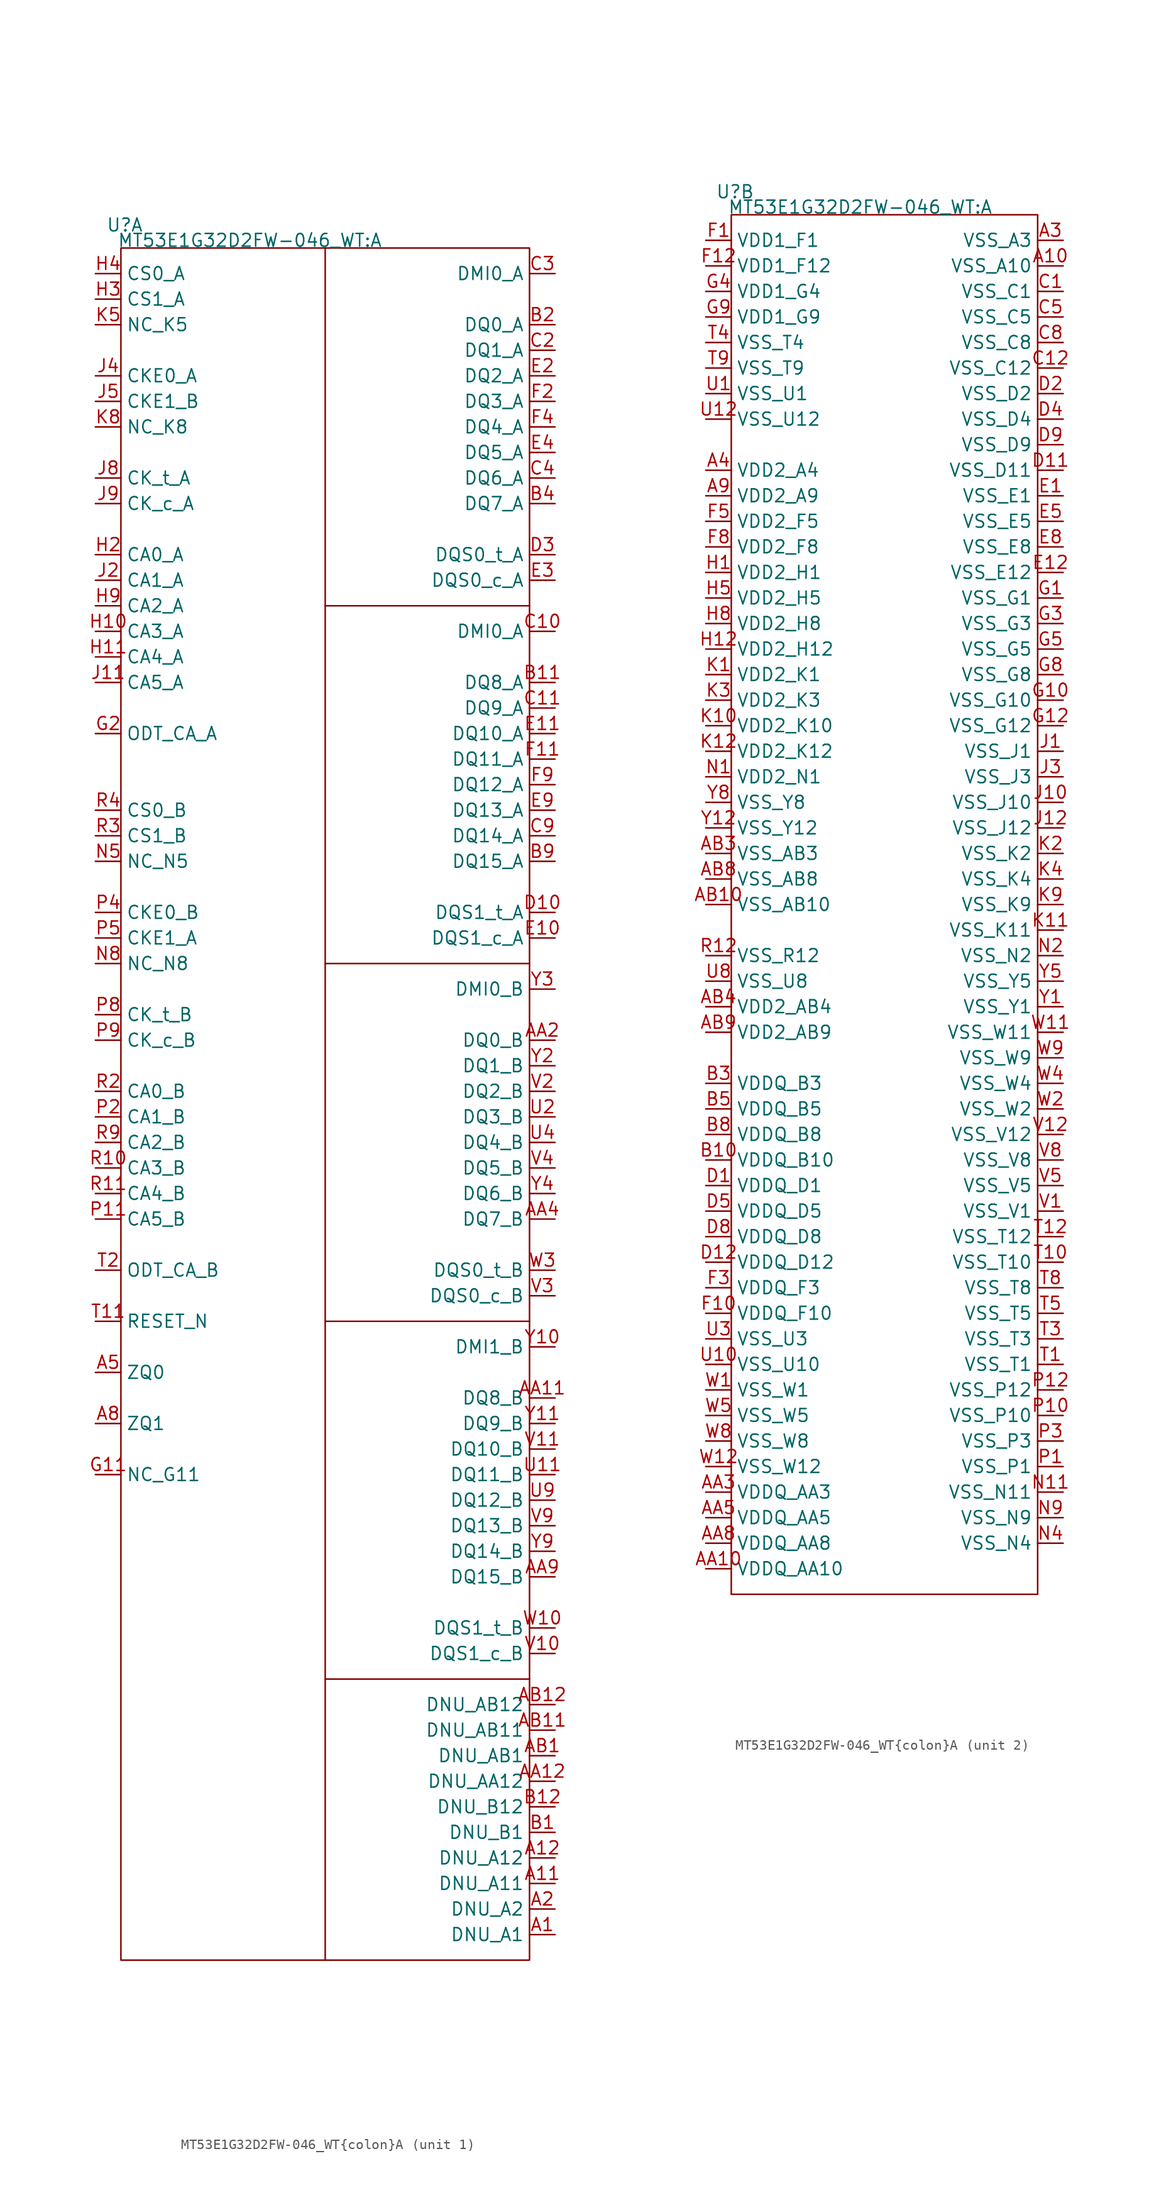
<source format=kicad_sym>
(kicad_symbol_lib
  (version 20230620)
  (generator kicad_symbol_editor)
  (symbol "MT53E1G32D2FW-046_WT{colon}A"
    (property "Reference" "U"
      (at 0.381 2.286 0)
      (effects (font (size 1.27 1.27))))
    (property "Value" "MT53E1G32D2FW-046_WT:A"
      (at 12.827 0.762 0)
      (effects (font (size 1.27 1.27))))
    (property "ki_locked" ""
      (at 0 0 0)
      (effects (font (size 1.27 1.27))))
    (symbol "MT53E1G32D2FW-046_WT{colon}A_1_1"
      (polyline (pts (xy 20.32 0) (xy 20.32 -170.18)) (stroke (width 0) (type default)) (fill (type none)))
      (polyline (pts (xy 40.64 -142.24) (xy 20.32 -142.24)) (stroke (width 0) (type default)) (fill (type none)))
      (polyline (pts (xy 40.64 -106.68) (xy 20.32 -106.68)) (stroke (width 0) (type default)) (fill (type none)))
      (polyline (pts (xy 40.64 -71.12) (xy 20.32 -71.12)) (stroke (width 0) (type default)) (fill (type none)))
      (polyline (pts (xy 40.64 -35.56) (xy 20.32 -35.56)) (stroke (width 0) (type default)) (fill (type none)))
      (rectangle (start 0 0) (end 40.64 -170.18) (stroke (width 0) (type default)) (fill (type none)))
      (pin input line (at 43.18 -167.64 180) (length 2.54) (name "DNU_A1" (effects (font (size 1.27 1.27)))) (number "A1" (effects (font (size 1.27 1.27)))))
      (pin input line (at 43.18 -162.56 180) (length 2.54) (name "DNU_A11" (effects (font (size 1.27 1.27)))) (number "A11" (effects (font (size 1.27 1.27)))))
      (pin input line (at 43.18 -160.02 180) (length 2.54) (name "DNU_A12" (effects (font (size 1.27 1.27)))) (number "A12" (effects (font (size 1.27 1.27)))))
      (pin input line (at 43.18 -165.1 180) (length 2.54) (name "DNU_A2" (effects (font (size 1.27 1.27)))) (number "A2" (effects (font (size 1.27 1.27)))))
      (pin input line (at -2.54 -111.76 0) (length 2.54) (name "ZQ0" (effects (font (size 1.27 1.27)))) (number "A5" (effects (font (size 1.27 1.27)))))
      (pin input line (at -2.54 -116.84 0) (length 2.54) (name "ZQ1" (effects (font (size 1.27 1.27)))) (number "A8" (effects (font (size 1.27 1.27)))))
      (pin input line (at 43.18 -114.3 180) (length 2.54) (name "DQ8_B" (effects (font (size 1.27 1.27)))) (number "AA11" (effects (font (size 1.27 1.27)))))
      (pin input line (at 43.18 -152.4 180) (length 2.54) (name "DNU_AA12" (effects (font (size 1.27 1.27)))) (number "AA12" (effects (font (size 1.27 1.27)))))
      (pin input line (at 43.18 -78.74 180) (length 2.54) (name "DQ0_B" (effects (font (size 1.27 1.27)))) (number "AA2" (effects (font (size 1.27 1.27)))))
      (pin input line (at 43.18 -96.52 180) (length 2.54) (name "DQ7_B" (effects (font (size 1.27 1.27)))) (number "AA4" (effects (font (size 1.27 1.27)))))
      (pin input line (at 43.18 -132.08 180) (length 2.54) (name "DQ15_B" (effects (font (size 1.27 1.27)))) (number "AA9" (effects (font (size 1.27 1.27)))))
      (pin input line (at 43.18 -149.86 180) (length 2.54) (name "DNU_AB1" (effects (font (size 1.27 1.27)))) (number "AB1" (effects (font (size 1.27 1.27)))))
      (pin input line (at 43.18 -147.32 180) (length 2.54) (name "DNU_AB11" (effects (font (size 1.27 1.27)))) (number "AB11" (effects (font (size 1.27 1.27)))))
      (pin input line (at 43.18 -144.78 180) (length 2.54) (name "DNU_AB12" (effects (font (size 1.27 1.27)))) (number "AB12" (effects (font (size 1.27 1.27)))))
      (pin input line (at 43.18 -157.48 180) (length 2.54) (name "DNU_B1" (effects (font (size 1.27 1.27)))) (number "B1" (effects (font (size 1.27 1.27)))))
      (pin input line (at 43.18 -43.18 180) (length 2.54) (name "DQ8_A" (effects (font (size 1.27 1.27)))) (number "B11" (effects (font (size 1.27 1.27)))))
      (pin input line (at 43.18 -154.94 180) (length 2.54) (name "DNU_B12" (effects (font (size 1.27 1.27)))) (number "B12" (effects (font (size 1.27 1.27)))))
      (pin input line (at 43.18 -7.62 180) (length 2.54) (name "DQ0_A" (effects (font (size 1.27 1.27)))) (number "B2" (effects (font (size 1.27 1.27)))))
      (pin input line (at 43.18 -25.4 180) (length 2.54) (name "DQ7_A" (effects (font (size 1.27 1.27)))) (number "B4" (effects (font (size 1.27 1.27)))))
      (pin input line (at 43.18 -60.96 180) (length 2.54) (name "DQ15_A" (effects (font (size 1.27 1.27)))) (number "B9" (effects (font (size 1.27 1.27)))))
      (pin input line (at 43.18 -38.1 180) (length 2.54) (name "DMI0_A" (effects (font (size 1.27 1.27)))) (number "C10" (effects (font (size 1.27 1.27)))))
      (pin input line (at 43.18 -45.72 180) (length 2.54) (name "DQ9_A" (effects (font (size 1.27 1.27)))) (number "C11" (effects (font (size 1.27 1.27)))))
      (pin input line (at 43.18 -10.16 180) (length 2.54) (name "DQ1_A" (effects (font (size 1.27 1.27)))) (number "C2" (effects (font (size 1.27 1.27)))))
      (pin input line (at 43.18 -2.54 180) (length 2.54) (name "DMI0_A" (effects (font (size 1.27 1.27)))) (number "C3" (effects (font (size 1.27 1.27)))))
      (pin input line (at 43.18 -22.86 180) (length 2.54) (name "DQ6_A" (effects (font (size 1.27 1.27)))) (number "C4" (effects (font (size 1.27 1.27)))))
      (pin input line (at 43.18 -58.42 180) (length 2.54) (name "DQ14_A" (effects (font (size 1.27 1.27)))) (number "C9" (effects (font (size 1.27 1.27)))))
      (pin input line (at 43.18 -66.04 180) (length 2.54) (name "DQS1_t_A" (effects (font (size 1.27 1.27)))) (number "D10" (effects (font (size 1.27 1.27)))))
      (pin input line (at 43.18 -30.48 180) (length 2.54) (name "DQS0_t_A" (effects (font (size 1.27 1.27)))) (number "D3" (effects (font (size 1.27 1.27)))))
      (pin input line (at 43.18 -68.58 180) (length 2.54) (name "DQS1_c_A" (effects (font (size 1.27 1.27)))) (number "E10" (effects (font (size 1.27 1.27)))))
      (pin input line (at 43.18 -48.26 180) (length 2.54) (name "DQ10_A" (effects (font (size 1.27 1.27)))) (number "E11" (effects (font (size 1.27 1.27)))))
      (pin input line (at 43.18 -12.7 180) (length 2.54) (name "DQ2_A" (effects (font (size 1.27 1.27)))) (number "E2" (effects (font (size 1.27 1.27)))))
      (pin input line (at 43.18 -33.02 180) (length 2.54) (name "DQS0_c_A" (effects (font (size 1.27 1.27)))) (number "E3" (effects (font (size 1.27 1.27)))))
      (pin input line (at 43.18 -20.32 180) (length 2.54) (name "DQ5_A" (effects (font (size 1.27 1.27)))) (number "E4" (effects (font (size 1.27 1.27)))))
      (pin input line (at 43.18 -55.88 180) (length 2.54) (name "DQ13_A" (effects (font (size 1.27 1.27)))) (number "E9" (effects (font (size 1.27 1.27)))))
      (pin input line (at 43.18 -50.8 180) (length 2.54) (name "DQ11_A" (effects (font (size 1.27 1.27)))) (number "F11" (effects (font (size 1.27 1.27)))))
      (pin input line (at 43.18 -15.24 180) (length 2.54) (name "DQ3_A" (effects (font (size 1.27 1.27)))) (number "F2" (effects (font (size 1.27 1.27)))))
      (pin input line (at 43.18 -17.78 180) (length 2.54) (name "DQ4_A" (effects (font (size 1.27 1.27)))) (number "F4" (effects (font (size 1.27 1.27)))))
      (pin input line (at 43.18 -53.34 180) (length 2.54) (name "DQ12_A" (effects (font (size 1.27 1.27)))) (number "F9" (effects (font (size 1.27 1.27)))))
      (pin input line (at -2.54 -121.92 0) (length 2.54) (name "NC_G11" (effects (font (size 1.27 1.27)))) (number "G11" (effects (font (size 1.27 1.27)))))
      (pin input line (at -2.54 -48.26 0) (length 2.54) (name "ODT_CA_A" (effects (font (size 1.27 1.27)))) (number "G2" (effects (font (size 1.27 1.27)))))
      (pin input line (at -2.54 -38.1 0) (length 2.54) (name "CA3_A" (effects (font (size 1.27 1.27)))) (number "H10" (effects (font (size 1.27 1.27)))))
      (pin input line (at -2.54 -40.64 0) (length 2.54) (name "CA4_A" (effects (font (size 1.27 1.27)))) (number "H11" (effects (font (size 1.27 1.27)))))
      (pin input line (at -2.54 -30.48 0) (length 2.54) (name "CA0_A" (effects (font (size 1.27 1.27)))) (number "H2" (effects (font (size 1.27 1.27)))))
      (pin input line (at -2.54 -5.08 0) (length 2.54) (name "CS1_A" (effects (font (size 1.27 1.27)))) (number "H3" (effects (font (size 1.27 1.27)))))
      (pin input line (at -2.54 -2.54 0) (length 2.54) (name "CS0_A" (effects (font (size 1.27 1.27)))) (number "H4" (effects (font (size 1.27 1.27)))))
      (pin input line (at -2.54 -35.56 0) (length 2.54) (name "CA2_A" (effects (font (size 1.27 1.27)))) (number "H9" (effects (font (size 1.27 1.27)))))
      (pin input line (at -2.54 -43.18 0) (length 2.54) (name "CA5_A" (effects (font (size 1.27 1.27)))) (number "J11" (effects (font (size 1.27 1.27)))))
      (pin input line (at -2.54 -33.02 0) (length 2.54) (name "CA1_A" (effects (font (size 1.27 1.27)))) (number "J2" (effects (font (size 1.27 1.27)))))
      (pin input line (at -2.54 -12.7 0) (length 2.54) (name "CKE0_A" (effects (font (size 1.27 1.27)))) (number "J4" (effects (font (size 1.27 1.27)))))
      (pin input line (at -2.54 -15.24 0) (length 2.54) (name "CKE1_B" (effects (font (size 1.27 1.27)))) (number "J5" (effects (font (size 1.27 1.27)))))
      (pin input line (at -2.54 -22.86 0) (length 2.54) (name "CK_t_A" (effects (font (size 1.27 1.27)))) (number "J8" (effects (font (size 1.27 1.27)))))
      (pin input line (at -2.54 -25.4 0) (length 2.54) (name "CK_c_A" (effects (font (size 1.27 1.27)))) (number "J9" (effects (font (size 1.27 1.27)))))
      (pin input line (at -2.54 -7.62 0) (length 2.54) (name "NC_K5" (effects (font (size 1.27 1.27)))) (number "K5" (effects (font (size 1.27 1.27)))))
      (pin input line (at -2.54 -17.78 0) (length 2.54) (name "NC_K8" (effects (font (size 1.27 1.27)))) (number "K8" (effects (font (size 1.27 1.27)))))
      (pin input line (at -2.54 -60.96 0) (length 2.54) (name "NC_N5" (effects (font (size 1.27 1.27)))) (number "N5" (effects (font (size 1.27 1.27)))))
      (pin input line (at -2.54 -71.12 0) (length 2.54) (name "NC_N8" (effects (font (size 1.27 1.27)))) (number "N8" (effects (font (size 1.27 1.27)))))
      (pin input line (at -2.54 -96.52 0) (length 2.54) (name "CA5_B" (effects (font (size 1.27 1.27)))) (number "P11" (effects (font (size 1.27 1.27)))))
      (pin input line (at -2.54 -86.36 0) (length 2.54) (name "CA1_B" (effects (font (size 1.27 1.27)))) (number "P2" (effects (font (size 1.27 1.27)))))
      (pin input line (at -2.54 -66.04 0) (length 2.54) (name "CKE0_B" (effects (font (size 1.27 1.27)))) (number "P4" (effects (font (size 1.27 1.27)))))
      (pin input line (at -2.54 -68.58 0) (length 2.54) (name "CKE1_A" (effects (font (size 1.27 1.27)))) (number "P5" (effects (font (size 1.27 1.27)))))
      (pin input line (at -2.54 -76.2 0) (length 2.54) (name "CK_t_B" (effects (font (size 1.27 1.27)))) (number "P8" (effects (font (size 1.27 1.27)))))
      (pin input line (at -2.54 -78.74 0) (length 2.54) (name "CK_c_B" (effects (font (size 1.27 1.27)))) (number "P9" (effects (font (size 1.27 1.27)))))
      (pin input line (at -2.54 -91.44 0) (length 2.54) (name "CA3_B" (effects (font (size 1.27 1.27)))) (number "R10" (effects (font (size 1.27 1.27)))))
      (pin input line (at -2.54 -93.98 0) (length 2.54) (name "CA4_B" (effects (font (size 1.27 1.27)))) (number "R11" (effects (font (size 1.27 1.27)))))
      (pin input line (at -2.54 -83.82 0) (length 2.54) (name "CA0_B" (effects (font (size 1.27 1.27)))) (number "R2" (effects (font (size 1.27 1.27)))))
      (pin input line (at -2.54 -58.42 0) (length 2.54) (name "CS1_B" (effects (font (size 1.27 1.27)))) (number "R3" (effects (font (size 1.27 1.27)))))
      (pin input line (at -2.54 -55.88 0) (length 2.54) (name "CS0_B" (effects (font (size 1.27 1.27)))) (number "R4" (effects (font (size 1.27 1.27)))))
      (pin input line (at -2.54 -88.9 0) (length 2.54) (name "CA2_B" (effects (font (size 1.27 1.27)))) (number "R9" (effects (font (size 1.27 1.27)))))
      (pin input line (at -2.54 -106.68 0) (length 2.54) (name "RESET_N" (effects (font (size 1.27 1.27)))) (number "T11" (effects (font (size 1.27 1.27)))))
      (pin input line (at -2.54 -101.6 0) (length 2.54) (name "ODT_CA_B" (effects (font (size 1.27 1.27)))) (number "T2" (effects (font (size 1.27 1.27)))))
      (pin input line (at 43.18 -121.92 180) (length 2.54) (name "DQ11_B" (effects (font (size 1.27 1.27)))) (number "U11" (effects (font (size 1.27 1.27)))))
      (pin input line (at 43.18 -86.36 180) (length 2.54) (name "DQ3_B" (effects (font (size 1.27 1.27)))) (number "U2" (effects (font (size 1.27 1.27)))))
      (pin input line (at 43.18 -88.9 180) (length 2.54) (name "DQ4_B" (effects (font (size 1.27 1.27)))) (number "U4" (effects (font (size 1.27 1.27)))))
      (pin input line (at 43.18 -124.46 180) (length 2.54) (name "DQ12_B" (effects (font (size 1.27 1.27)))) (number "U9" (effects (font (size 1.27 1.27)))))
      (pin input line (at 43.18 -139.7 180) (length 2.54) (name "DQS1_c_B" (effects (font (size 1.27 1.27)))) (number "V10" (effects (font (size 1.27 1.27)))))
      (pin input line (at 43.18 -119.38 180) (length 2.54) (name "DQ10_B" (effects (font (size 1.27 1.27)))) (number "V11" (effects (font (size 1.27 1.27)))))
      (pin input line (at 43.18 -83.82 180) (length 2.54) (name "DQ2_B" (effects (font (size 1.27 1.27)))) (number "V2" (effects (font (size 1.27 1.27)))))
      (pin input line (at 43.18 -104.14 180) (length 2.54) (name "DQS0_c_B" (effects (font (size 1.27 1.27)))) (number "V3" (effects (font (size 1.27 1.27)))))
      (pin input line (at 43.18 -91.44 180) (length 2.54) (name "DQ5_B" (effects (font (size 1.27 1.27)))) (number "V4" (effects (font (size 1.27 1.27)))))
      (pin input line (at 43.18 -127 180) (length 2.54) (name "DQ13_B" (effects (font (size 1.27 1.27)))) (number "V9" (effects (font (size 1.27 1.27)))))
      (pin input line (at 43.18 -137.16 180) (length 2.54) (name "DQS1_t_B" (effects (font (size 1.27 1.27)))) (number "W10" (effects (font (size 1.27 1.27)))))
      (pin input line (at 43.18 -101.6 180) (length 2.54) (name "DQS0_t_B" (effects (font (size 1.27 1.27)))) (number "W3" (effects (font (size 1.27 1.27)))))
      (pin input line (at 43.18 -109.22 180) (length 2.54) (name "DMI1_B" (effects (font (size 1.27 1.27)))) (number "Y10" (effects (font (size 1.27 1.27)))))
      (pin input line (at 43.18 -116.84 180) (length 2.54) (name "DQ9_B" (effects (font (size 1.27 1.27)))) (number "Y11" (effects (font (size 1.27 1.27)))))
      (pin input line (at 43.18 -81.28 180) (length 2.54) (name "DQ1_B" (effects (font (size 1.27 1.27)))) (number "Y2" (effects (font (size 1.27 1.27)))))
      (pin input line (at 43.18 -73.66 180) (length 2.54) (name "DMI0_B" (effects (font (size 1.27 1.27)))) (number "Y3" (effects (font (size 1.27 1.27)))))
      (pin input line (at 43.18 -93.98 180) (length 2.54) (name "DQ6_B" (effects (font (size 1.27 1.27)))) (number "Y4" (effects (font (size 1.27 1.27)))))
      (pin input line (at 43.18 -129.54 180) (length 2.54) (name "DQ14_B" (effects (font (size 1.27 1.27)))) (number "Y9" (effects (font (size 1.27 1.27))))))
    (symbol "MT53E1G32D2FW-046_WT{colon}A_2_1"
      (rectangle (start 0 0) (end 30.48 -137.16) (stroke (width 0) (type default)) (fill (type none)))
      (pin input line (at 33.02 -5.08 180) (length 2.54) (name "VSS_A10" (effects (font (size 1.27 1.27)))) (number "A10" (effects (font (size 1.27 1.27)))))
      (pin input line (at 33.02 -2.54 180) (length 2.54) (name "VSS_A3" (effects (font (size 1.27 1.27)))) (number "A3" (effects (font (size 1.27 1.27)))))
      (pin input line (at -2.54 -25.4 0) (length 2.54) (name "VDD2_A4" (effects (font (size 1.27 1.27)))) (number "A4" (effects (font (size 1.27 1.27)))))
      (pin input line (at -2.54 -27.94 0) (length 2.54) (name "VDD2_A9" (effects (font (size 1.27 1.27)))) (number "A9" (effects (font (size 1.27 1.27)))))
      (pin input line (at -2.54 -134.62 0) (length 2.54) (name "VDDQ_AA10" (effects (font (size 1.27 1.27)))) (number "AA10" (effects (font (size 1.27 1.27)))))
      (pin input line (at -2.54 -127 0) (length 2.54) (name "VDDQ_AA3" (effects (font (size 1.27 1.27)))) (number "AA3" (effects (font (size 1.27 1.27)))))
      (pin input line (at -2.54 -129.54 0) (length 2.54) (name "VDDQ_AA5" (effects (font (size 1.27 1.27)))) (number "AA5" (effects (font (size 1.27 1.27)))))
      (pin input line (at -2.54 -132.08 0) (length 2.54) (name "VDDQ_AA8" (effects (font (size 1.27 1.27)))) (number "AA8" (effects (font (size 1.27 1.27)))))
      (pin input line (at -2.54 -68.58 0) (length 2.54) (name "VSS_AB10" (effects (font (size 1.27 1.27)))) (number "AB10" (effects (font (size 1.27 1.27)))))
      (pin input line (at -2.54 -63.5 0) (length 2.54) (name "VSS_AB3" (effects (font (size 1.27 1.27)))) (number "AB3" (effects (font (size 1.27 1.27)))))
      (pin input line (at -2.54 -78.74 0) (length 2.54) (name "VDD2_AB4" (effects (font (size 1.27 1.27)))) (number "AB4" (effects (font (size 1.27 1.27)))))
      (pin input line (at -2.54 -66.04 0) (length 2.54) (name "VSS_AB8" (effects (font (size 1.27 1.27)))) (number "AB8" (effects (font (size 1.27 1.27)))))
      (pin input line (at -2.54 -81.28 0) (length 2.54) (name "VDD2_AB9" (effects (font (size 1.27 1.27)))) (number "AB9" (effects (font (size 1.27 1.27)))))
      (pin input line (at -2.54 -93.98 0) (length 2.54) (name "VDDQ_B10" (effects (font (size 1.27 1.27)))) (number "B10" (effects (font (size 1.27 1.27)))))
      (pin input line (at -2.54 -86.36 0) (length 2.54) (name "VDDQ_B3" (effects (font (size 1.27 1.27)))) (number "B3" (effects (font (size 1.27 1.27)))))
      (pin input line (at -2.54 -88.9 0) (length 2.54) (name "VDDQ_B5" (effects (font (size 1.27 1.27)))) (number "B5" (effects (font (size 1.27 1.27)))))
      (pin input line (at -2.54 -91.44 0) (length 2.54) (name "VDDQ_B8" (effects (font (size 1.27 1.27)))) (number "B8" (effects (font (size 1.27 1.27)))))
      (pin input line (at 33.02 -7.62 180) (length 2.54) (name "VSS_C1" (effects (font (size 1.27 1.27)))) (number "C1" (effects (font (size 1.27 1.27)))))
      (pin input line (at 33.02 -15.24 180) (length 2.54) (name "VSS_C12" (effects (font (size 1.27 1.27)))) (number "C12" (effects (font (size 1.27 1.27)))))
      (pin input line (at 33.02 -10.16 180) (length 2.54) (name "VSS_C5" (effects (font (size 1.27 1.27)))) (number "C5" (effects (font (size 1.27 1.27)))))
      (pin input line (at 33.02 -12.7 180) (length 2.54) (name "VSS_C8" (effects (font (size 1.27 1.27)))) (number "C8" (effects (font (size 1.27 1.27)))))
      (pin input line (at -2.54 -96.52 0) (length 2.54) (name "VDDQ_D1" (effects (font (size 1.27 1.27)))) (number "D1" (effects (font (size 1.27 1.27)))))
      (pin input line (at 33.02 -25.4 180) (length 2.54) (name "VSS_D11" (effects (font (size 1.27 1.27)))) (number "D11" (effects (font (size 1.27 1.27)))))
      (pin input line (at -2.54 -104.14 0) (length 2.54) (name "VDDQ_D12" (effects (font (size 1.27 1.27)))) (number "D12" (effects (font (size 1.27 1.27)))))
      (pin input line (at 33.02 -17.78 180) (length 2.54) (name "VSS_D2" (effects (font (size 1.27 1.27)))) (number "D2" (effects (font (size 1.27 1.27)))))
      (pin input line (at 33.02 -20.32 180) (length 2.54) (name "VSS_D4" (effects (font (size 1.27 1.27)))) (number "D4" (effects (font (size 1.27 1.27)))))
      (pin input line (at -2.54 -99.06 0) (length 2.54) (name "VDDQ_D5" (effects (font (size 1.27 1.27)))) (number "D5" (effects (font (size 1.27 1.27)))))
      (pin input line (at -2.54 -101.6 0) (length 2.54) (name "VDDQ_D8" (effects (font (size 1.27 1.27)))) (number "D8" (effects (font (size 1.27 1.27)))))
      (pin input line (at 33.02 -22.86 180) (length 2.54) (name "VSS_D9" (effects (font (size 1.27 1.27)))) (number "D9" (effects (font (size 1.27 1.27)))))
      (pin input line (at 33.02 -27.94 180) (length 2.54) (name "VSS_E1" (effects (font (size 1.27 1.27)))) (number "E1" (effects (font (size 1.27 1.27)))))
      (pin input line (at 33.02 -35.56 180) (length 2.54) (name "VSS_E12" (effects (font (size 1.27 1.27)))) (number "E12" (effects (font (size 1.27 1.27)))))
      (pin input line (at 33.02 -30.48 180) (length 2.54) (name "VSS_E5" (effects (font (size 1.27 1.27)))) (number "E5" (effects (font (size 1.27 1.27)))))
      (pin input line (at 33.02 -33.02 180) (length 2.54) (name "VSS_E8" (effects (font (size 1.27 1.27)))) (number "E8" (effects (font (size 1.27 1.27)))))
      (pin input line (at -2.54 -2.54 0) (length 2.54) (name "VDD1_F1" (effects (font (size 1.27 1.27)))) (number "F1" (effects (font (size 1.27 1.27)))))
      (pin input line (at -2.54 -109.22 0) (length 2.54) (name "VDDQ_F10" (effects (font (size 1.27 1.27)))) (number "F10" (effects (font (size 1.27 1.27)))))
      (pin input line (at -2.54 -5.08 0) (length 2.54) (name "VDD1_F12" (effects (font (size 1.27 1.27)))) (number "F12" (effects (font (size 1.27 1.27)))))
      (pin input line (at -2.54 -106.68 0) (length 2.54) (name "VDDQ_F3" (effects (font (size 1.27 1.27)))) (number "F3" (effects (font (size 1.27 1.27)))))
      (pin input line (at -2.54 -30.48 0) (length 2.54) (name "VDD2_F5" (effects (font (size 1.27 1.27)))) (number "F5" (effects (font (size 1.27 1.27)))))
      (pin input line (at -2.54 -33.02 0) (length 2.54) (name "VDD2_F8" (effects (font (size 1.27 1.27)))) (number "F8" (effects (font (size 1.27 1.27)))))
      (pin input line (at 33.02 -38.1 180) (length 2.54) (name "VSS_G1" (effects (font (size 1.27 1.27)))) (number "G1" (effects (font (size 1.27 1.27)))))
      (pin input line (at 33.02 -48.26 180) (length 2.54) (name "VSS_G10" (effects (font (size 1.27 1.27)))) (number "G10" (effects (font (size 1.27 1.27)))))
      (pin input line (at 33.02 -50.8 180) (length 2.54) (name "VSS_G12" (effects (font (size 1.27 1.27)))) (number "G12" (effects (font (size 1.27 1.27)))))
      (pin input line (at 33.02 -40.64 180) (length 2.54) (name "VSS_G3" (effects (font (size 1.27 1.27)))) (number "G3" (effects (font (size 1.27 1.27)))))
      (pin input line (at -2.54 -7.62 0) (length 2.54) (name "VDD1_G4" (effects (font (size 1.27 1.27)))) (number "G4" (effects (font (size 1.27 1.27)))))
      (pin input line (at 33.02 -43.18 180) (length 2.54) (name "VSS_G5" (effects (font (size 1.27 1.27)))) (number "G5" (effects (font (size 1.27 1.27)))))
      (pin input line (at 33.02 -45.72 180) (length 2.54) (name "VSS_G8" (effects (font (size 1.27 1.27)))) (number "G8" (effects (font (size 1.27 1.27)))))
      (pin input line (at -2.54 -10.16 0) (length 2.54) (name "VDD1_G9" (effects (font (size 1.27 1.27)))) (number "G9" (effects (font (size 1.27 1.27)))))
      (pin input line (at -2.54 -35.56 0) (length 2.54) (name "VDD2_H1" (effects (font (size 1.27 1.27)))) (number "H1" (effects (font (size 1.27 1.27)))))
      (pin input line (at -2.54 -43.18 0) (length 2.54) (name "VDD2_H12" (effects (font (size 1.27 1.27)))) (number "H12" (effects (font (size 1.27 1.27)))))
      (pin input line (at -2.54 -38.1 0) (length 2.54) (name "VDD2_H5" (effects (font (size 1.27 1.27)))) (number "H5" (effects (font (size 1.27 1.27)))))
      (pin input line (at -2.54 -40.64 0) (length 2.54) (name "VDD2_H8" (effects (font (size 1.27 1.27)))) (number "H8" (effects (font (size 1.27 1.27)))))
      (pin input line (at 33.02 -53.34 180) (length 2.54) (name "VSS_J1" (effects (font (size 1.27 1.27)))) (number "J1" (effects (font (size 1.27 1.27)))))
      (pin input line (at 33.02 -58.42 180) (length 2.54) (name "VSS_J10" (effects (font (size 1.27 1.27)))) (number "J10" (effects (font (size 1.27 1.27)))))
      (pin input line (at 33.02 -60.96 180) (length 2.54) (name "VSS_J12" (effects (font (size 1.27 1.27)))) (number "J12" (effects (font (size 1.27 1.27)))))
      (pin input line (at 33.02 -55.88 180) (length 2.54) (name "VSS_J3" (effects (font (size 1.27 1.27)))) (number "J3" (effects (font (size 1.27 1.27)))))
      (pin input line (at -2.54 -45.72 0) (length 2.54) (name "VDD2_K1" (effects (font (size 1.27 1.27)))) (number "K1" (effects (font (size 1.27 1.27)))))
      (pin input line (at -2.54 -50.8 0) (length 2.54) (name "VDD2_K10" (effects (font (size 1.27 1.27)))) (number "K10" (effects (font (size 1.27 1.27)))))
      (pin input line (at 33.02 -71.12 180) (length 2.54) (name "VSS_K11" (effects (font (size 1.27 1.27)))) (number "K11" (effects (font (size 1.27 1.27)))))
      (pin input line (at -2.54 -53.34 0) (length 2.54) (name "VDD2_K12" (effects (font (size 1.27 1.27)))) (number "K12" (effects (font (size 1.27 1.27)))))
      (pin input line (at 33.02 -63.5 180) (length 2.54) (name "VSS_K2" (effects (font (size 1.27 1.27)))) (number "K2" (effects (font (size 1.27 1.27)))))
      (pin input line (at -2.54 -48.26 0) (length 2.54) (name "VDD2_K3" (effects (font (size 1.27 1.27)))) (number "K3" (effects (font (size 1.27 1.27)))))
      (pin input line (at 33.02 -66.04 180) (length 2.54) (name "VSS_K4" (effects (font (size 1.27 1.27)))) (number "K4" (effects (font (size 1.27 1.27)))))
      (pin input line (at 33.02 -68.58 180) (length 2.54) (name "VSS_K9" (effects (font (size 1.27 1.27)))) (number "K9" (effects (font (size 1.27 1.27)))))
      (pin input line (at -2.54 -55.88 0) (length 2.54) (name "VDD2_N1" (effects (font (size 1.27 1.27)))) (number "N1" (effects (font (size 1.27 1.27)))))
      (pin input line (at 33.02 -127 180) (length 2.54) (name "VSS_N11" (effects (font (size 1.27 1.27)))) (number "N11" (effects (font (size 1.27 1.27)))))
      (pin input line (at 33.02 -73.66 180) (length 2.54) (name "VSS_N2" (effects (font (size 1.27 1.27)))) (number "N2" (effects (font (size 1.27 1.27)))))
      (pin input line (at 33.02 -132.08 180) (length 2.54) (name "VSS_N4" (effects (font (size 1.27 1.27)))) (number "N4" (effects (font (size 1.27 1.27)))))
      (pin input line (at 33.02 -129.54 180) (length 2.54) (name "VSS_N9" (effects (font (size 1.27 1.27)))) (number "N9" (effects (font (size 1.27 1.27)))))
      (pin input line (at 33.02 -124.46 180) (length 2.54) (name "VSS_P1" (effects (font (size 1.27 1.27)))) (number "P1" (effects (font (size 1.27 1.27)))))
      (pin input line (at 33.02 -119.38 180) (length 2.54) (name "VSS_P10" (effects (font (size 1.27 1.27)))) (number "P10" (effects (font (size 1.27 1.27)))))
      (pin input line (at 33.02 -116.84 180) (length 2.54) (name "VSS_P12" (effects (font (size 1.27 1.27)))) (number "P12" (effects (font (size 1.27 1.27)))))
      (pin input line (at 33.02 -121.92 180) (length 2.54) (name "VSS_P3" (effects (font (size 1.27 1.27)))) (number "P3" (effects (font (size 1.27 1.27)))))
      (pin input line (at -2.54 -73.66 0) (length 2.54) (name "VSS_R12" (effects (font (size 1.27 1.27)))) (number "R12" (effects (font (size 1.27 1.27)))))
      (pin input line (at 33.02 -114.3 180) (length 2.54) (name "VSS_T1" (effects (font (size 1.27 1.27)))) (number "T1" (effects (font (size 1.27 1.27)))))
      (pin input line (at 33.02 -104.14 180) (length 2.54) (name "VSS_T10" (effects (font (size 1.27 1.27)))) (number "T10" (effects (font (size 1.27 1.27)))))
      (pin input line (at 33.02 -101.6 180) (length 2.54) (name "VSS_T12" (effects (font (size 1.27 1.27)))) (number "T12" (effects (font (size 1.27 1.27)))))
      (pin input line (at 33.02 -111.76 180) (length 2.54) (name "VSS_T3" (effects (font (size 1.27 1.27)))) (number "T3" (effects (font (size 1.27 1.27)))))
      (pin input line (at -2.54 -12.7 0) (length 2.54) (name "VSS_T4" (effects (font (size 1.27 1.27)))) (number "T4" (effects (font (size 1.27 1.27)))))
      (pin input line (at 33.02 -109.22 180) (length 2.54) (name "VSS_T5" (effects (font (size 1.27 1.27)))) (number "T5" (effects (font (size 1.27 1.27)))))
      (pin input line (at 33.02 -106.68 180) (length 2.54) (name "VSS_T8" (effects (font (size 1.27 1.27)))) (number "T8" (effects (font (size 1.27 1.27)))))
      (pin input line (at -2.54 -15.24 0) (length 2.54) (name "VSS_T9" (effects (font (size 1.27 1.27)))) (number "T9" (effects (font (size 1.27 1.27)))))
      (pin input line (at -2.54 -17.78 0) (length 2.54) (name "VSS_U1" (effects (font (size 1.27 1.27)))) (number "U1" (effects (font (size 1.27 1.27)))))
      (pin input line (at -2.54 -114.3 0) (length 2.54) (name "VSS_U10" (effects (font (size 1.27 1.27)))) (number "U10" (effects (font (size 1.27 1.27)))))
      (pin input line (at -2.54 -20.32 0) (length 2.54) (name "VSS_U12" (effects (font (size 1.27 1.27)))) (number "U12" (effects (font (size 1.27 1.27)))))
      (pin input line (at -2.54 -111.76 0) (length 2.54) (name "VSS_U3" (effects (font (size 1.27 1.27)))) (number "U3" (effects (font (size 1.27 1.27)))))
      (pin input line (at -2.54 -76.2 0) (length 2.54) (name "VSS_U8" (effects (font (size 1.27 1.27)))) (number "U8" (effects (font (size 1.27 1.27)))))
      (pin input line (at 33.02 -99.06 180) (length 2.54) (name "VSS_V1" (effects (font (size 1.27 1.27)))) (number "V1" (effects (font (size 1.27 1.27)))))
      (pin input line (at 33.02 -91.44 180) (length 2.54) (name "VSS_V12" (effects (font (size 1.27 1.27)))) (number "V12" (effects (font (size 1.27 1.27)))))
      (pin input line (at 33.02 -96.52 180) (length 2.54) (name "VSS_V5" (effects (font (size 1.27 1.27)))) (number "V5" (effects (font (size 1.27 1.27)))))
      (pin input line (at 33.02 -93.98 180) (length 2.54) (name "VSS_V8" (effects (font (size 1.27 1.27)))) (number "V8" (effects (font (size 1.27 1.27)))))
      (pin input line (at -2.54 -116.84 0) (length 2.54) (name "VSS_W1" (effects (font (size 1.27 1.27)))) (number "W1" (effects (font (size 1.27 1.27)))))
      (pin input line (at 33.02 -81.28 180) (length 2.54) (name "VSS_W11" (effects (font (size 1.27 1.27)))) (number "W11" (effects (font (size 1.27 1.27)))))
      (pin input line (at -2.54 -124.46 0) (length 2.54) (name "VSS_W12" (effects (font (size 1.27 1.27)))) (number "W12" (effects (font (size 1.27 1.27)))))
      (pin input line (at 33.02 -88.9 180) (length 2.54) (name "VSS_W2" (effects (font (size 1.27 1.27)))) (number "W2" (effects (font (size 1.27 1.27)))))
      (pin input line (at 33.02 -86.36 180) (length 2.54) (name "VSS_W4" (effects (font (size 1.27 1.27)))) (number "W4" (effects (font (size 1.27 1.27)))))
      (pin input line (at -2.54 -119.38 0) (length 2.54) (name "VSS_W5" (effects (font (size 1.27 1.27)))) (number "W5" (effects (font (size 1.27 1.27)))))
      (pin input line (at -2.54 -121.92 0) (length 2.54) (name "VSS_W8" (effects (font (size 1.27 1.27)))) (number "W8" (effects (font (size 1.27 1.27)))))
      (pin input line (at 33.02 -83.82 180) (length 2.54) (name "VSS_W9" (effects (font (size 1.27 1.27)))) (number "W9" (effects (font (size 1.27 1.27)))))
      (pin input line (at 33.02 -78.74 180) (length 2.54) (name "VSS_Y1" (effects (font (size 1.27 1.27)))) (number "Y1" (effects (font (size 1.27 1.27)))))
      (pin input line (at -2.54 -60.96 0) (length 2.54) (name "VSS_Y12" (effects (font (size 1.27 1.27)))) (number "Y12" (effects (font (size 1.27 1.27)))))
      (pin input line (at 33.02 -76.2 180) (length 2.54) (name "VSS_Y5" (effects (font (size 1.27 1.27)))) (number "Y5" (effects (font (size 1.27 1.27)))))
      (pin input line (at -2.54 -58.42 0) (length 2.54) (name "VSS_Y8" (effects (font (size 1.27 1.27)))) (number "Y8" (effects (font (size 1.27 1.27))))))))
</source>
